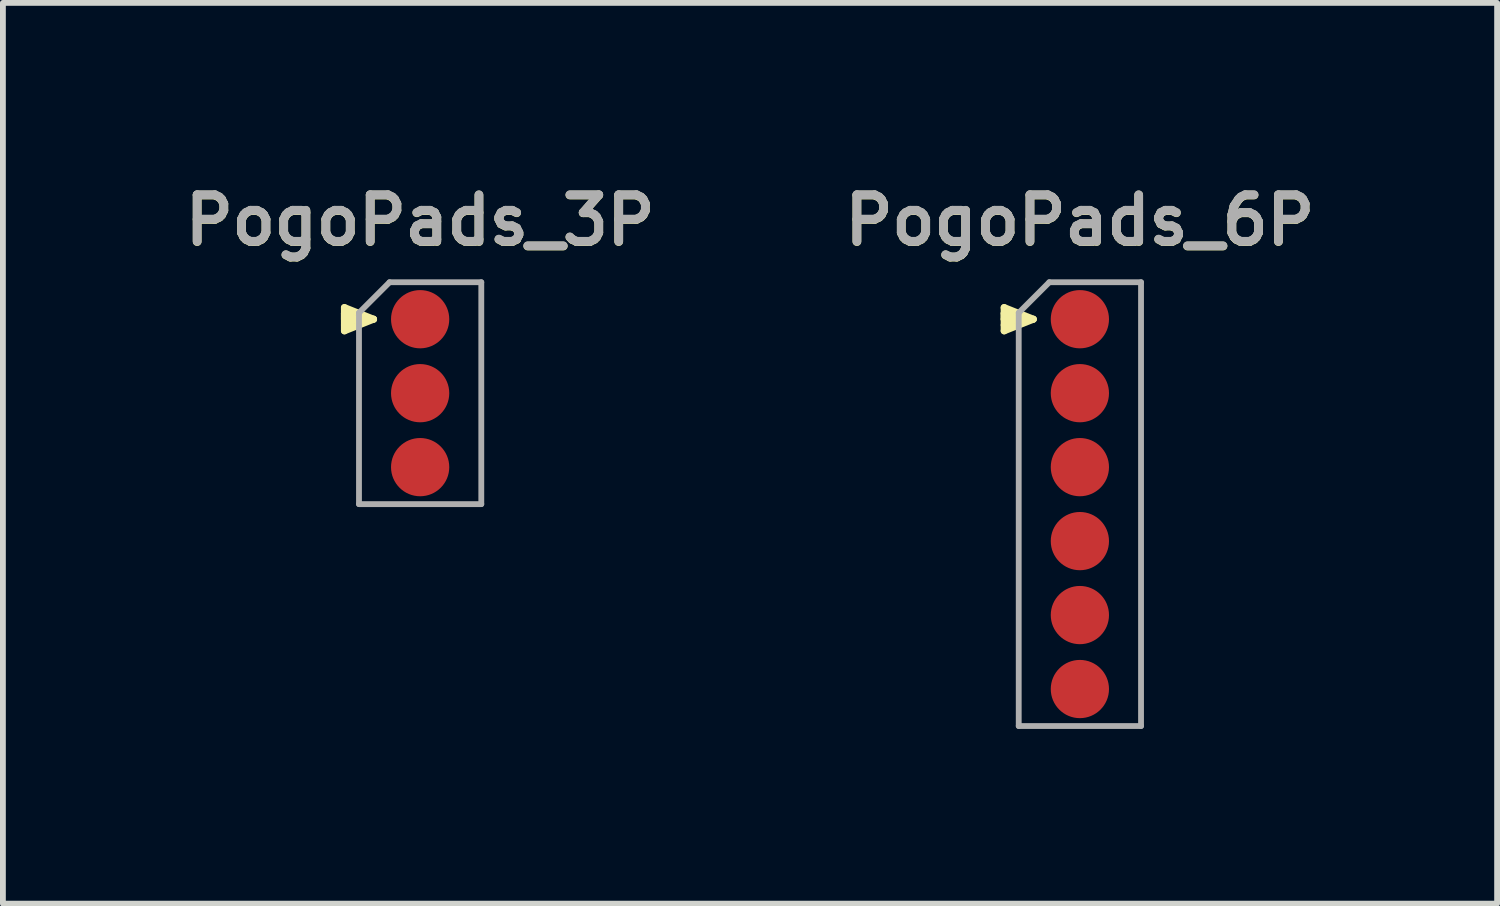
<source format=kicad_pcb>
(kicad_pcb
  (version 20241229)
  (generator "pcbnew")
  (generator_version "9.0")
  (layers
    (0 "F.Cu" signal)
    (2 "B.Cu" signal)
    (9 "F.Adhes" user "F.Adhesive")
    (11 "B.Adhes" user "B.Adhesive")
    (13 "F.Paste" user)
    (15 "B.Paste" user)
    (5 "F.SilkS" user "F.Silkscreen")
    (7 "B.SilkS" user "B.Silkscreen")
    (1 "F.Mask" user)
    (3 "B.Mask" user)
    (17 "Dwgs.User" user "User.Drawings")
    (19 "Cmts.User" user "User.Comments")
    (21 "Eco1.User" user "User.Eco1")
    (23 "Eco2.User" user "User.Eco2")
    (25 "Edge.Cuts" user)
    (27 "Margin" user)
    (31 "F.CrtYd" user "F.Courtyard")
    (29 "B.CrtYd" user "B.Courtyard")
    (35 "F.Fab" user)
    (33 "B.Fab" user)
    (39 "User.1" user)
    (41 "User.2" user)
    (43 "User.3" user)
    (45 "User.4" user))
  (footprint "PogoPads_6P"
    (layer "F.Cu")
    (at 15.492 2.431)
    (property "Reference" "PogoPads_6P" (at 0 -1.695 0) (layer "F.SilkS") (effects (font (size 0.8 0.8) (thickness 0.15))))
    (attr through_hole)
    (fp_line (start -1.3 -0.2) (end -1.3 0.2) (stroke (width 0.12) (type solid)) (layer "F.SilkS"))
    (fp_line (start -1.3 -0.1) (end -1.1 0) (stroke (width 0.12) (type solid)) (layer "F.SilkS"))
    (fp_line (start -1.3 0) (end -1.3 -0.1) (stroke (width 0.12) (type solid)) (layer "F.SilkS"))
    (fp_line (start -1.3 0.1) (end -1.1 0) (stroke (width 0.12) (type solid)) (layer "F.SilkS"))
    (fp_line (start -1.3 0.2) (end -0.8 0) (stroke (width 0.12) (type solid)) (layer "F.SilkS"))
    (fp_line (start -0.8 0) (end -1.3 -0.2) (stroke (width 0.12) (type solid)) (layer "F.SilkS"))
    (fp_line (start -0.8 0) (end -1.3 0) (stroke (width 0.12) (type solid)) (layer "F.SilkS"))
    (fp_line (start -1.05 -0.11) (end -0.525 -0.635) (stroke (width 0.1) (type solid)) (layer "F.Fab"))
    (fp_line (start -1.05 6.985) (end -1.05 -0.11) (stroke (width 0.1) (type solid)) (layer "F.Fab"))
    (fp_line (start -0.525 -0.635) (end 1.05 -0.635) (stroke (width 0.1) (type solid)) (layer "F.Fab"))
    (fp_line (start 1.05 -0.635) (end 1.05 6.985) (stroke (width 0.1) (type solid)) (layer "F.Fab"))
    (fp_line (start 1.05 6.985) (end -1.05 6.985) (stroke (width 0.1) (type solid)) (layer "F.Fab"))
    (fp_text user "${REFERENCE}" (at 0 -1.7 180) (layer "F.Fab") (effects (font (size 0.8 0.8) (thickness 0.15))))
    (pad "1" smd circle (at 0 0) (size 1 1) (layers "F.Cu" "F.Mask" "F.Paste"))
    (pad "2" smd oval (at 0 1.27) (size 1 1) (layers "F.Cu" "F.Mask" "F.Paste"))
    (pad "3" smd oval (at 0 2.54) (size 1 1) (layers "F.Cu" "F.Mask" "F.Paste"))
    (pad "4" smd oval (at 0 3.81) (size 1 1) (layers "F.Cu" "F.Mask" "F.Paste"))
    (pad "5" smd oval (at 0 5.08) (size 1 1) (layers "F.Cu" "F.Mask" "F.Paste"))
    (pad "6" smd oval (at 0 6.35) (size 1 1) (layers "F.Cu" "F.Mask" "F.Paste")))
  (footprint "PogoPads_3P"
    (layer "F.Cu")
    (at 4.164 2.431)
    (property "Reference" "PogoPads_3P" (at 0 -1.695 0) (layer "F.SilkS") (effects (font (size 0.8 0.8) (thickness 0.15))))
    (attr through_hole)
    (fp_line (start -1.3 -0.2) (end -1.3 0.2) (stroke (width 0.12) (type solid)) (layer "F.SilkS"))
    (fp_line (start -1.3 -0.1) (end -1.1 0) (stroke (width 0.12) (type solid)) (layer "F.SilkS"))
    (fp_line (start -1.3 0) (end -1.3 -0.1) (stroke (width 0.12) (type solid)) (layer "F.SilkS"))
    (fp_line (start -1.3 0.1) (end -1.1 0) (stroke (width 0.12) (type solid)) (layer "F.SilkS"))
    (fp_line (start -1.3 0.2) (end -0.8 0) (stroke (width 0.12) (type solid)) (layer "F.SilkS"))
    (fp_line (start -0.8 0) (end -1.3 -0.2) (stroke (width 0.12) (type solid)) (layer "F.SilkS"))
    (fp_line (start -0.8 0) (end -1.3 0) (stroke (width 0.12) (type solid)) (layer "F.SilkS"))
    (fp_line (start -1.05 -0.11) (end -0.525 -0.635) (stroke (width 0.1) (type solid)) (layer "F.Fab"))
    (fp_line (start -1.05 3.175) (end -1.05 -0.11) (stroke (width 0.1) (type solid)) (layer "F.Fab"))
    (fp_line (start -0.525 -0.635) (end 1.05 -0.635) (stroke (width 0.1) (type solid)) (layer "F.Fab"))
    (fp_line (start 1.05 -0.635) (end 1.05 3.175) (stroke (width 0.1) (type solid)) (layer "F.Fab"))
    (fp_line (start 1.05 3.175) (end -1.05 3.175) (stroke (width 0.1) (type solid)) (layer "F.Fab"))
    (fp_text user "${REFERENCE}" (at 0 -1.7 180) (layer "F.Fab") (effects (font (size 0.8 0.8) (thickness 0.15))))
    (pad "1" smd circle (at 0 0) (size 1 1) (layers "F.Cu" "F.Mask" "F.Paste"))
    (pad "2" smd oval (at 0 1.27) (size 1 1) (layers "F.Cu" "F.Mask" "F.Paste"))
    (pad "3" smd oval (at 0 2.54) (size 1 1) (layers "F.Cu" "F.Mask" "F.Paste")))
  (gr_rect
    (start -3 -3)
    (end 22.656 12.466)
    (stroke (width 0.1) (type default))
    (fill no)
    (layer "Edge.Cuts")))
</source>
